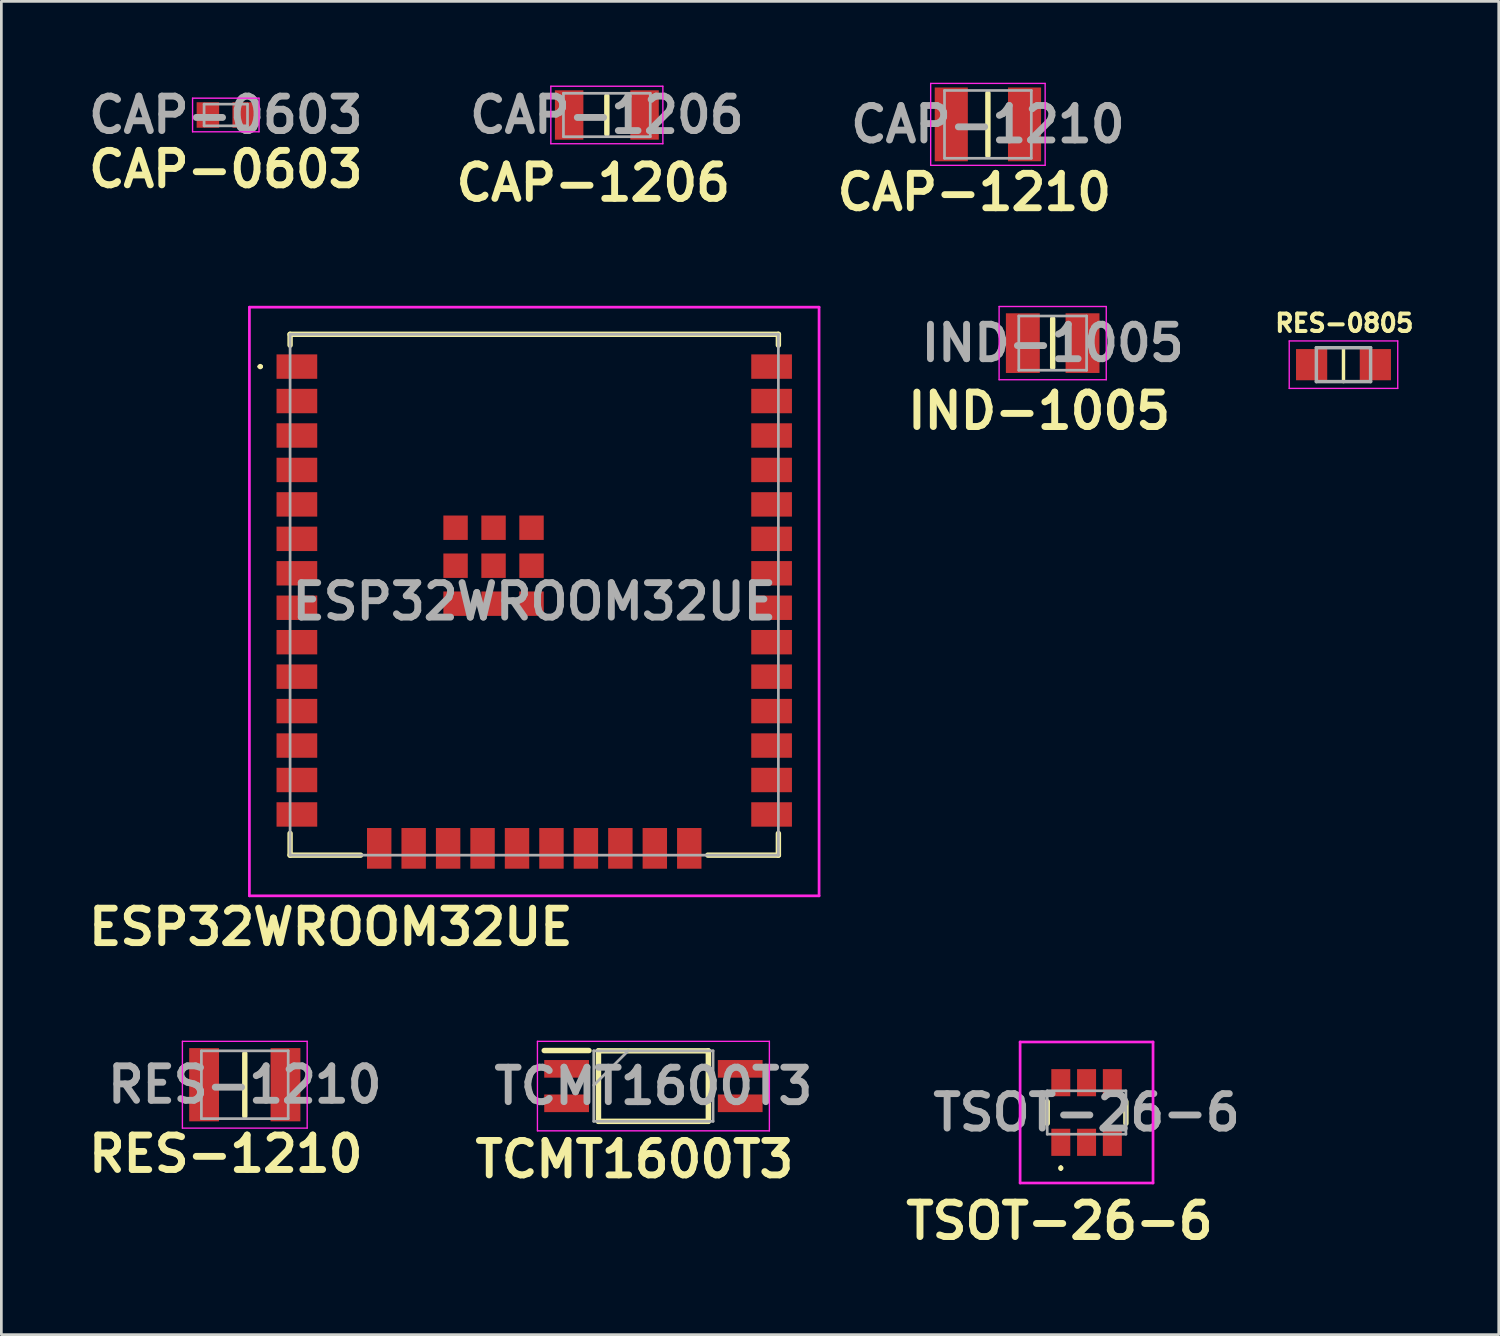
<source format=kicad_pcb>
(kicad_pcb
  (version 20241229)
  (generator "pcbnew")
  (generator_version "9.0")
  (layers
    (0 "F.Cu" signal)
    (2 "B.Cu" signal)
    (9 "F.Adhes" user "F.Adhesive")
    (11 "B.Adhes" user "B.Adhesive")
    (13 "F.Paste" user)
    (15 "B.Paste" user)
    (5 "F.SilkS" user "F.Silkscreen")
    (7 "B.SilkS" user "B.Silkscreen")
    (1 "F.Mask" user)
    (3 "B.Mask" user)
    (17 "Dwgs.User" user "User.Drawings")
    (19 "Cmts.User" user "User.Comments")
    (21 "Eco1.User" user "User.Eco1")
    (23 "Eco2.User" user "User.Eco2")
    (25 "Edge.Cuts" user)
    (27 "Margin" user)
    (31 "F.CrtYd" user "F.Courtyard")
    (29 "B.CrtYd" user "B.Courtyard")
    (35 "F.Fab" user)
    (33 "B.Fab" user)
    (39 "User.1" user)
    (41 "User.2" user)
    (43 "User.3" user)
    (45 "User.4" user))
  (footprint "RES-1210"
    (layer "F.Cu")
    (at 5.974 36.937)
    (property "Reference" "RES-1210" (at -0.7 2.55 0) (layer "F.SilkS") (effects (font (size 1.27 1.27) (thickness 0.254))))
    (attr smd)
    (fp_line (start 0 -1.15) (end 0 1.15) (stroke (width 0.2) (type solid)) (layer "F.SilkS"))
    (fp_line (start -2.3 -1.6) (end 2.3 -1.6) (stroke (width 0.05) (type solid)) (layer "F.CrtYd"))
    (fp_line (start -2.3 1.6) (end -2.3 -1.6) (stroke (width 0.05) (type solid)) (layer "F.CrtYd"))
    (fp_line (start 2.3 -1.6) (end 2.3 1.6) (stroke (width 0.05) (type solid)) (layer "F.CrtYd"))
    (fp_line (start 2.3 1.6) (end -2.3 1.6) (stroke (width 0.05) (type solid)) (layer "F.CrtYd"))
    (fp_line (start -1.6 -1.25) (end 1.6 -1.25) (stroke (width 0.1) (type solid)) (layer "F.Fab"))
    (fp_line (start -1.6 1.25) (end -1.6 -1.25) (stroke (width 0.1) (type solid)) (layer "F.Fab"))
    (fp_line (start 1.6 -1.25) (end 1.6 1.25) (stroke (width 0.1) (type solid)) (layer "F.Fab"))
    (fp_line (start 1.6 1.25) (end -1.6 1.25) (stroke (width 0.1) (type solid)) (layer "F.Fab"))
    (fp_text user "${REFERENCE}" (at 0 0 0) (layer "F.Fab") (effects (font (size 1.27 1.27) (thickness 0.254))))
    (pad "1" smd rect (at -1.5 0) (size 1.1 2.7) (layers "F.Cu" "F.Mask" "F.Paste"))
    (pad "2" smd rect (at 1.5 0) (size 1.1 2.7) (layers "F.Cu" "F.Mask" "F.Paste")))
  (footprint "TCMT1600T3"
    (layer "F.Cu")
    (at 21.037 36.987)
    (property "Reference" "TCMT1600T3" (at -0.7 2.7 0) (layer "F.SilkS") (effects (font (size 1.27 1.27) (thickness 0.254))))
    (attr smd)
    (fp_line (start -4.025 -1.31) (end -2.375 -1.31) (stroke (width 0.2) (type solid)) (layer "F.SilkS"))
    (fp_line (start -2.025 -1.3) (end 2.025 -1.3) (stroke (width 0.2) (type solid)) (layer "F.SilkS"))
    (fp_line (start -2.025 1.3) (end -2.025 -1.3) (stroke (width 0.2) (type solid)) (layer "F.SilkS"))
    (fp_line (start 2.025 -1.3) (end 2.025 1.3) (stroke (width 0.2) (type solid)) (layer "F.SilkS"))
    (fp_line (start 2.025 1.3) (end -2.025 1.3) (stroke (width 0.2) (type solid)) (layer "F.SilkS"))
    (fp_line (start -4.275 -1.65) (end 4.275 -1.65) (stroke (width 0.05) (type solid)) (layer "F.CrtYd"))
    (fp_line (start -4.275 1.65) (end -4.275 -1.65) (stroke (width 0.05) (type solid)) (layer "F.CrtYd"))
    (fp_line (start 4.275 -1.65) (end 4.275 1.65) (stroke (width 0.05) (type solid)) (layer "F.CrtYd"))
    (fp_line (start 4.275 1.65) (end -4.275 1.65) (stroke (width 0.05) (type solid)) (layer "F.CrtYd"))
    (fp_line (start -2.2 -1.3) (end 2.2 -1.3) (stroke (width 0.1) (type solid)) (layer "F.Fab"))
    (fp_line (start -2.2 -0.03) (end -0.93 -1.3) (stroke (width 0.1) (type solid)) (layer "F.Fab"))
    (fp_line (start -2.2 1.3) (end -2.2 -1.3) (stroke (width 0.1) (type solid)) (layer "F.Fab"))
    (fp_line (start 2.2 -1.3) (end 2.2 1.3) (stroke (width 0.1) (type solid)) (layer "F.Fab"))
    (fp_line (start 2.2 1.3) (end -2.2 1.3) (stroke (width 0.1) (type solid)) (layer "F.Fab"))
    (fp_text user "${REFERENCE}" (at 0 0 0) (layer "F.Fab") (effects (font (size 1.27 1.27) (thickness 0.254))))
    (pad "1" smd rect (at -3.2 -0.635 90) (size 0.65 1.65) (layers "F.Cu" "F.Mask" "F.Paste"))
    (pad "2" smd rect (at -3.2 0.635 90) (size 0.65 1.65) (layers "F.Cu" "F.Mask" "F.Paste"))
    (pad "3" smd rect (at 3.2 0.635 90) (size 0.65 1.65) (layers "F.Cu" "F.Mask" "F.Paste"))
    (pad "4" smd rect (at 3.2 -0.635 90) (size 0.65 1.65) (layers "F.Cu" "F.Mask" "F.Paste")))
  (footprint "CAP-0603"
    (layer "F.Cu")
    (at 5.274 1.189)
    (property "Reference" "CAP-0603" (at 0 2 0) (layer "F.SilkS") (effects (font (size 1.27 1.27) (thickness 0.254))))
    (attr smd)
    (fp_line (start -1.225 -0.62) (end 1.225 -0.62) (stroke (width 0.05) (type solid)) (layer "F.CrtYd"))
    (fp_line (start -1.225 0.62) (end -1.225 -0.62) (stroke (width 0.05) (type solid)) (layer "F.CrtYd"))
    (fp_line (start 1.225 -0.62) (end 1.225 0.62) (stroke (width 0.05) (type solid)) (layer "F.CrtYd"))
    (fp_line (start 1.225 0.62) (end -1.225 0.62) (stroke (width 0.05) (type solid)) (layer "F.CrtYd"))
    (fp_line (start -0.8 -0.4) (end 0.8 -0.4) (stroke (width 0.1) (type solid)) (layer "F.Fab"))
    (fp_line (start -0.8 0.4) (end -0.8 -0.4) (stroke (width 0.1) (type solid)) (layer "F.Fab"))
    (fp_line (start 0.8 -0.4) (end 0.8 0.4) (stroke (width 0.1) (type solid)) (layer "F.Fab"))
    (fp_line (start 0.8 0.4) (end -0.8 0.4) (stroke (width 0.1) (type solid)) (layer "F.Fab"))
    (fp_text user "${REFERENCE}" (at 0 0 0) (layer "F.Fab") (effects (font (size 1.27 1.27) (thickness 0.254))))
    (pad "1" smd rect (at -0.66 0) (size 0.83 0.94) (layers "F.Cu" "F.Mask" "F.Paste"))
    (pad "2" smd rect (at 0.66 0) (size 0.83 0.94) (layers "F.Cu" "F.Mask" "F.Paste")))
  (footprint "IND-1005"
    (layer "F.Cu")
    (at 35.756 9.599)
    (property "Reference" "IND-1005" (at -0.5 2.5 0) (layer "F.SilkS") (effects (font (size 1.27 1.27) (thickness 0.254))))
    (attr smd)
    (fp_line (start 0 -0.9) (end 0 0.9) (stroke (width 0.2) (type solid)) (layer "F.SilkS"))
    (fp_line (start -1.975 -1.35) (end 1.975 -1.35) (stroke (width 0.05) (type solid)) (layer "F.CrtYd"))
    (fp_line (start -1.975 1.35) (end -1.975 -1.35) (stroke (width 0.05) (type solid)) (layer "F.CrtYd"))
    (fp_line (start 1.975 -1.35) (end 1.975 1.35) (stroke (width 0.05) (type solid)) (layer "F.CrtYd"))
    (fp_line (start 1.975 1.35) (end -1.975 1.35) (stroke (width 0.05) (type solid)) (layer "F.CrtYd"))
    (fp_line (start -1.25 -1) (end 1.25 -1) (stroke (width 0.1) (type solid)) (layer "F.Fab"))
    (fp_line (start -1.25 1) (end -1.25 -1) (stroke (width 0.1) (type solid)) (layer "F.Fab"))
    (fp_line (start 1.25 -1) (end 1.25 1) (stroke (width 0.1) (type solid)) (layer "F.Fab"))
    (fp_line (start 1.25 1) (end -1.25 1) (stroke (width 0.1) (type solid)) (layer "F.Fab"))
    (fp_text user "${REFERENCE}" (at 0 0 0) (layer "F.Fab") (effects (font (size 1.27 1.27) (thickness 0.254))))
    (pad "1" smd rect (at -1.1 0) (size 1.25 2.2) (layers "F.Cu" "F.Mask" "F.Paste"))
    (pad "2" smd rect (at 1.1 0) (size 1.25 2.2) (layers "F.Cu" "F.Mask" "F.Paste")))
  (footprint "ESP32WROOM32UE"
    (layer "F.Cu")
    (at 16.644 19.124)
    (property "Reference" "ESP32WROOM32UE" (at -7.5 12 0) (layer "F.SilkS") (effects (font (size 1.27 1.27) (thickness 0.254))))
    (attr smd)
    (fp_line (start -10.15 -8.66) (end -10.15 -8.66) (stroke (width 0.1) (type solid)) (layer "F.SilkS"))
    (fp_line (start -10.05 -8.66) (end -10.05 -8.66) (stroke (width 0.1) (type solid)) (layer "F.SilkS"))
    (fp_line (start -9 -9.85) (end 9 -9.85) (stroke (width 0.2) (type solid)) (layer "F.SilkS"))
    (fp_line (start -9 -9.45) (end -9 -9.85) (stroke (width 0.2) (type solid)) (layer "F.SilkS"))
    (fp_line (start -9 8.55) (end -9 9.35) (stroke (width 0.2) (type solid)) (layer "F.SilkS"))
    (fp_line (start -9 9.35) (end -6.4 9.35) (stroke (width 0.2) (type solid)) (layer "F.SilkS"))
    (fp_line (start 9 -9.85) (end 9 -9.45) (stroke (width 0.2) (type solid)) (layer "F.SilkS"))
    (fp_line (start 9 8.55) (end 9 9.35) (stroke (width 0.2) (type solid)) (layer "F.SilkS"))
    (fp_line (start 9 9.35) (end 6.4 9.35) (stroke (width 0.2) (type solid)) (layer "F.SilkS"))
    (fp_arc (start -10.15 -8.66) (mid -10.1 -8.71) (end -10.05 -8.66) (stroke (width 0.1) (type solid)) (layer "F.SilkS"))
    (fp_arc (start -10.05 -8.66) (mid -10.1 -8.61) (end -10.15 -8.66) (stroke (width 0.1) (type solid)) (layer "F.SilkS"))
    (fp_line (start -10.5 -10.85) (end 10.5 -10.85) (stroke (width 0.1) (type solid)) (layer "F.CrtYd"))
    (fp_line (start -10.5 10.85) (end -10.5 -10.85) (stroke (width 0.1) (type solid)) (layer "F.CrtYd"))
    (fp_line (start 10.5 -10.85) (end 10.5 10.85) (stroke (width 0.1) (type solid)) (layer "F.CrtYd"))
    (fp_line (start 10.5 10.85) (end -10.5 10.85) (stroke (width 0.1) (type solid)) (layer "F.CrtYd"))
    (fp_line (start -9 -9.85) (end -9 9.35) (stroke (width 0.1) (type solid)) (layer "F.Fab"))
    (fp_line (start -9 9.35) (end 9 9.35) (stroke (width 0.1) (type solid)) (layer "F.Fab"))
    (fp_line (start 9 -9.85) (end -9 -9.85) (stroke (width 0.1) (type solid)) (layer "F.Fab"))
    (fp_line (start 9 9.35) (end 9 -9.85) (stroke (width 0.1) (type solid)) (layer "F.Fab"))
    (fp_text user "${REFERENCE}" (at 0 0 0) (layer "F.Fab") (effects (font (size 1.27 1.27) (thickness 0.254))))
    (pad "1" smd rect (at -8.75 -8.66 90) (size 0.9 1.5) (layers "F.Cu" "F.Mask" "F.Paste"))
    (pad "2" smd rect (at -8.75 -7.39 90) (size 0.9 1.5) (layers "F.Cu" "F.Mask" "F.Paste"))
    (pad "3" smd rect (at -8.75 -6.12 90) (size 0.9 1.5) (layers "F.Cu" "F.Mask" "F.Paste"))
    (pad "4" smd rect (at -8.75 -4.85 90) (size 0.9 1.5) (layers "F.Cu" "F.Mask" "F.Paste"))
    (pad "5" smd rect (at -8.75 -3.58 90) (size 0.9 1.5) (layers "F.Cu" "F.Mask" "F.Paste"))
    (pad "6" smd rect (at -8.75 -2.31 90) (size 0.9 1.5) (layers "F.Cu" "F.Mask" "F.Paste"))
    (pad "7" smd rect (at -8.75 -1.04 90) (size 0.9 1.5) (layers "F.Cu" "F.Mask" "F.Paste"))
    (pad "8" smd rect (at -8.75 0.23 90) (size 0.9 1.5) (layers "F.Cu" "F.Mask" "F.Paste"))
    (pad "9" smd rect (at -8.75 1.5 90) (size 0.9 1.5) (layers "F.Cu" "F.Mask" "F.Paste"))
    (pad "10" smd rect (at -8.75 2.77 90) (size 0.9 1.5) (layers "F.Cu" "F.Mask" "F.Paste"))
    (pad "11" smd rect (at -8.75 4.04 90) (size 0.9 1.5) (layers "F.Cu" "F.Mask" "F.Paste"))
    (pad "12" smd rect (at -8.75 5.31 90) (size 0.9 1.5) (layers "F.Cu" "F.Mask" "F.Paste"))
    (pad "13" smd rect (at -8.75 6.58 90) (size 0.9 1.5) (layers "F.Cu" "F.Mask" "F.Paste"))
    (pad "14" smd rect (at -8.75 7.85 90) (size 0.9 1.5) (layers "F.Cu" "F.Mask" "F.Paste"))
    (pad "15" smd rect (at -5.715 9.1) (size 0.9 1.5) (layers "F.Cu" "F.Mask" "F.Paste"))
    (pad "16" smd rect (at -4.445 9.1) (size 0.9 1.5) (layers "F.Cu" "F.Mask" "F.Paste"))
    (pad "17" smd rect (at -3.175 9.1) (size 0.9 1.5) (layers "F.Cu" "F.Mask" "F.Paste"))
    (pad "18" smd rect (at -1.905 9.1) (size 0.9 1.5) (layers "F.Cu" "F.Mask" "F.Paste"))
    (pad "19" smd rect (at -0.635 9.1) (size 0.9 1.5) (layers "F.Cu" "F.Mask" "F.Paste"))
    (pad "20" smd rect (at 0.635 9.1) (size 0.9 1.5) (layers "F.Cu" "F.Mask" "F.Paste"))
    (pad "21" smd rect (at 1.905 9.1) (size 0.9 1.5) (layers "F.Cu" "F.Mask" "F.Paste"))
    (pad "22" smd rect (at 3.175 9.1) (size 0.9 1.5) (layers "F.Cu" "F.Mask" "F.Paste"))
    (pad "23" smd rect (at 4.445 9.1) (size 0.9 1.5) (layers "F.Cu" "F.Mask" "F.Paste"))
    (pad "24" smd rect (at 5.715 9.1) (size 0.9 1.5) (layers "F.Cu" "F.Mask" "F.Paste"))
    (pad "25" smd rect (at 8.75 7.85 90) (size 0.9 1.5) (layers "F.Cu" "F.Mask" "F.Paste"))
    (pad "26" smd rect (at 8.75 6.58 90) (size 0.9 1.5) (layers "F.Cu" "F.Mask" "F.Paste"))
    (pad "27" smd rect (at 8.75 5.31 90) (size 0.9 1.5) (layers "F.Cu" "F.Mask" "F.Paste"))
    (pad "28" smd rect (at 8.75 4.04 90) (size 0.9 1.5) (layers "F.Cu" "F.Mask" "F.Paste"))
    (pad "29" smd rect (at 8.75 2.77 90) (size 0.9 1.5) (layers "F.Cu" "F.Mask" "F.Paste"))
    (pad "30" smd rect (at 8.75 1.5 90) (size 0.9 1.5) (layers "F.Cu" "F.Mask" "F.Paste"))
    (pad "31" smd rect (at 8.75 0.23 90) (size 0.9 1.5) (layers "F.Cu" "F.Mask" "F.Paste"))
    (pad "32" smd rect (at 8.75 -1.04 90) (size 0.9 1.5) (layers "F.Cu" "F.Mask" "F.Paste"))
    (pad "33" smd rect (at 8.75 -2.31 90) (size 0.9 1.5) (layers "F.Cu" "F.Mask" "F.Paste"))
    (pad "34" smd rect (at 8.75 -3.58 90) (size 0.9 1.5) (layers "F.Cu" "F.Mask" "F.Paste"))
    (pad "35" smd rect (at 8.75 -4.85 90) (size 0.9 1.5) (layers "F.Cu" "F.Mask" "F.Paste"))
    (pad "36" smd rect (at 8.75 -6.12 90) (size 0.9 1.5) (layers "F.Cu" "F.Mask" "F.Paste"))
    (pad "37" smd rect (at 8.75 -7.39 90) (size 0.9 1.5) (layers "F.Cu" "F.Mask" "F.Paste"))
    (pad "38" smd rect (at 8.75 -8.66 90) (size 0.9 1.5) (layers "F.Cu" "F.Mask" "F.Paste"))
    (pad "39" smd rect (at -1.5 -1.32 90) (size 0.9 0.9) (layers "F.Cu" "F.Mask" "F.Paste"))
    (pad "40" smd rect (at -1.5 0.08 90) (size 0.9 0.9) (layers "F.Cu" "F.Mask" "F.Paste"))
    (pad "41" smd rect (at -0.1 0.08 90) (size 0.9 0.9) (layers "F.Cu" "F.Mask" "F.Paste"))
    (pad "42" smd rect (at -0.1 -1.32 90) (size 0.9 0.9) (layers "F.Cu" "F.Mask" "F.Paste"))
    (pad "43" smd rect (at -0.1 -2.72 90) (size 0.9 0.9) (layers "F.Cu" "F.Mask" "F.Paste"))
    (pad "44" smd rect (at -1.5 -2.72 90) (size 0.9 0.9) (layers "F.Cu" "F.Mask" "F.Paste"))
    (pad "45" smd rect (at -2.9 -2.72 90) (size 0.9 0.9) (layers "F.Cu" "F.Mask" "F.Paste"))
    (pad "46" smd rect (at -2.9 -1.32 90) (size 0.9 0.9) (layers "F.Cu" "F.Mask" "F.Paste"))
    (pad "47" smd rect (at -2.9 0.08 90) (size 0.9 0.9) (layers "F.Cu" "F.Mask" "F.Paste")))
  (footprint "CAP-1206"
    (layer "F.Cu")
    (at 19.321 1.189)
    (property "Reference" "CAP-1206" (at -0.5 2.5 0) (layer "F.SilkS") (effects (font (size 1.27 1.27) (thickness 0.254))))
    (attr smd)
    (fp_line (start 0 -0.7) (end 0 0.7) (stroke (width 0.2) (type solid)) (layer "F.SilkS"))
    (fp_line (start -2.065 -1.06) (end 2.065 -1.06) (stroke (width 0.05) (type solid)) (layer "F.CrtYd"))
    (fp_line (start -2.065 1.06) (end -2.065 -1.06) (stroke (width 0.05) (type solid)) (layer "F.CrtYd"))
    (fp_line (start 2.065 -1.06) (end 2.065 1.06) (stroke (width 0.05) (type solid)) (layer "F.CrtYd"))
    (fp_line (start 2.065 1.06) (end -2.065 1.06) (stroke (width 0.05) (type solid)) (layer "F.CrtYd"))
    (fp_line (start -1.6 -0.8) (end 1.6 -0.8) (stroke (width 0.1) (type solid)) (layer "F.Fab"))
    (fp_line (start -1.6 0.8) (end -1.6 -0.8) (stroke (width 0.1) (type solid)) (layer "F.Fab"))
    (fp_line (start 1.6 -0.8) (end 1.6 0.8) (stroke (width 0.1) (type solid)) (layer "F.Fab"))
    (fp_line (start 1.6 0.8) (end -1.6 0.8) (stroke (width 0.1) (type solid)) (layer "F.Fab"))
    (fp_text user "${REFERENCE}" (at 0 0 0) (layer "F.Fab") (effects (font (size 1.27 1.27) (thickness 0.254))))
    (pad "1" smd rect (at -1.39 0) (size 1.05 1.82) (layers "F.Cu" "F.Mask" "F.Paste"))
    (pad "2" smd rect (at 1.39 0) (size 1.05 1.82) (layers "F.Cu" "F.Mask" "F.Paste")))
  (footprint "CAP-1210"
    (layer "F.Cu")
    (at 33.368 1.535)
    (property "Reference" "CAP-1210" (at -0.5 2.5 0) (layer "F.SilkS") (effects (font (size 1.27 1.27) (thickness 0.254))))
    (attr smd)
    (fp_line (start 0 -1.15) (end 0 1.15) (stroke (width 0.2) (type solid)) (layer "F.SilkS"))
    (fp_line (start -2.11 -1.51) (end 2.11 -1.51) (stroke (width 0.05) (type solid)) (layer "F.CrtYd"))
    (fp_line (start -2.11 1.51) (end -2.11 -1.51) (stroke (width 0.05) (type solid)) (layer "F.CrtYd"))
    (fp_line (start 2.11 -1.51) (end 2.11 1.51) (stroke (width 0.05) (type solid)) (layer "F.CrtYd"))
    (fp_line (start 2.11 1.51) (end -2.11 1.51) (stroke (width 0.05) (type solid)) (layer "F.CrtYd"))
    (fp_line (start -1.6 -1.25) (end 1.6 -1.25) (stroke (width 0.1) (type solid)) (layer "F.Fab"))
    (fp_line (start -1.6 1.25) (end -1.6 -1.25) (stroke (width 0.1) (type solid)) (layer "F.Fab"))
    (fp_line (start 1.6 -1.25) (end 1.6 1.25) (stroke (width 0.1) (type solid)) (layer "F.Fab"))
    (fp_line (start 1.6 1.25) (end -1.6 1.25) (stroke (width 0.1) (type solid)) (layer "F.Fab"))
    (fp_text user "${REFERENCE}" (at 0 0 0) (layer "F.Fab") (effects (font (size 1.27 1.27) (thickness 0.254))))
    (pad "1" smd rect (at -1.35 0) (size 1.22 2.72) (layers "F.Cu" "F.Mask" "F.Paste"))
    (pad "2" smd rect (at 1.35 0) (size 1.22 2.72) (layers "F.Cu" "F.Mask" "F.Paste")))
  (footprint "RES-0805"
    (layer "F.Cu")
    (at 46.476 10.393)
    (property "Reference" "RES-0805" (at 0.032 -1.531 0) (layer "F.SilkS") (effects (font (size 0.64 0.64) (thickness 0.15))))
    (attr smd)
    (fp_line (start 0 -0.625) (end 0 0.625) (stroke (width 0.127) (type solid)) (layer "F.SilkS"))
    (fp_line (start -2 -0.875) (end -2 0.875) (stroke (width 0.05) (type solid)) (layer "F.CrtYd"))
    (fp_line (start -2 0.875) (end 2 0.875) (stroke (width 0.05) (type solid)) (layer "F.CrtYd"))
    (fp_line (start 2 -0.875) (end -2 -0.875) (stroke (width 0.05) (type solid)) (layer "F.CrtYd"))
    (fp_line (start 2 0.875) (end 2 -0.875) (stroke (width 0.05) (type solid)) (layer "F.CrtYd"))
    (fp_line (start -1 -0.625) (end -1 0.625) (stroke (width 0.127) (type solid)) (layer "F.Fab"))
    (fp_line (start -1 -0.625) (end 1 -0.625) (stroke (width 0.127) (type solid)) (layer "F.Fab"))
    (fp_line (start -1 0.625) (end 1 0.625) (stroke (width 0.127) (type solid)) (layer "F.Fab"))
    (fp_line (start 1 -0.625) (end 1 0.625) (stroke (width 0.127) (type solid)) (layer "F.Fab"))
    (pad "1" smd rect (at -1.175 0) (size 1.15 1.15) (layers "F.Cu" "F.Mask" "F.Paste"))
    (pad "2" smd rect (at 1.175 0) (size 1.15 1.15) (layers "F.Cu" "F.Mask" "F.Paste")))
  (footprint "TSOT-26-6"
    (layer "F.Cu")
    (at 37.005 37.961)
    (property "Reference" "TSOT-26-6" (at -1 4 0) (layer "F.SilkS") (effects (font (size 1.27 1.27) (thickness 0.254))))
    (attr smd)
    (fp_line (start -1.45 -0.4) (end -1.45 0.4) (stroke (width 0.2) (type solid)) (layer "F.SilkS"))
    (fp_line (start -0.95 2) (end -0.95 2) (stroke (width 0.1) (type solid)) (layer "F.SilkS"))
    (fp_line (start -0.95 2.1) (end -0.95 2.1) (stroke (width 0.1) (type solid)) (layer "F.SilkS"))
    (fp_line (start 1.45 -0.4) (end 1.45 0.4) (stroke (width 0.2) (type solid)) (layer "F.SilkS"))
    (fp_arc (start -0.95 2) (mid -0.9 2.05) (end -0.95 2.1) (stroke (width 0.1) (type solid)) (layer "F.SilkS"))
    (fp_arc (start -0.95 2.1) (mid -1 2.05) (end -0.95 2) (stroke (width 0.1) (type solid)) (layer "F.SilkS"))
    (fp_line (start -2.45 -2.599) (end 2.45 -2.599) (stroke (width 0.1) (type solid)) (layer "F.CrtYd"))
    (fp_line (start -2.45 2.599) (end -2.45 -2.599) (stroke (width 0.1) (type solid)) (layer "F.CrtYd"))
    (fp_line (start 2.45 -2.599) (end 2.45 2.599) (stroke (width 0.1) (type solid)) (layer "F.CrtYd"))
    (fp_line (start 2.45 2.599) (end -2.45 2.599) (stroke (width 0.1) (type solid)) (layer "F.CrtYd"))
    (fp_line (start -1.45 -0.8) (end -1.45 0.8) (stroke (width 0.1) (type solid)) (layer "F.Fab"))
    (fp_line (start -1.45 0.8) (end 1.45 0.8) (stroke (width 0.1) (type solid)) (layer "F.Fab"))
    (fp_line (start 1.45 -0.8) (end -1.45 -0.8) (stroke (width 0.1) (type solid)) (layer "F.Fab"))
    (fp_line (start 1.45 0.8) (end 1.45 -0.8) (stroke (width 0.1) (type solid)) (layer "F.Fab"))
    (fp_text user "${REFERENCE}" (at 0 0 0) (layer "F.Fab") (effects (font (size 1.27 1.27) (thickness 0.254))))
    (pad "1" smd rect (at -0.95 1.099) (size 0.7 1) (layers "F.Cu" "F.Mask" "F.Paste"))
    (pad "2" smd rect (at 0 1.099) (size 0.7 1) (layers "F.Cu" "F.Mask" "F.Paste"))
    (pad "3" smd rect (at 0.95 1.099) (size 0.7 1) (layers "F.Cu" "F.Mask" "F.Paste"))
    (pad "4" smd rect (at 0.95 -1.099) (size 0.7 1) (layers "F.Cu" "F.Mask" "F.Paste"))
    (pad "5" smd rect (at 0 -1.099) (size 0.7 1) (layers "F.Cu" "F.Mask" "F.Paste"))
    (pad "6" smd rect (at -0.95 -1.099) (size 0.7 1) (layers "F.Cu" "F.Mask" "F.Paste")))
  (gr_rect
    (start -3 -3)
    (end 52.199 46.15)
    (stroke (width 0.1) (type default))
    (fill no)
    (layer "Edge.Cuts")))
</source>
